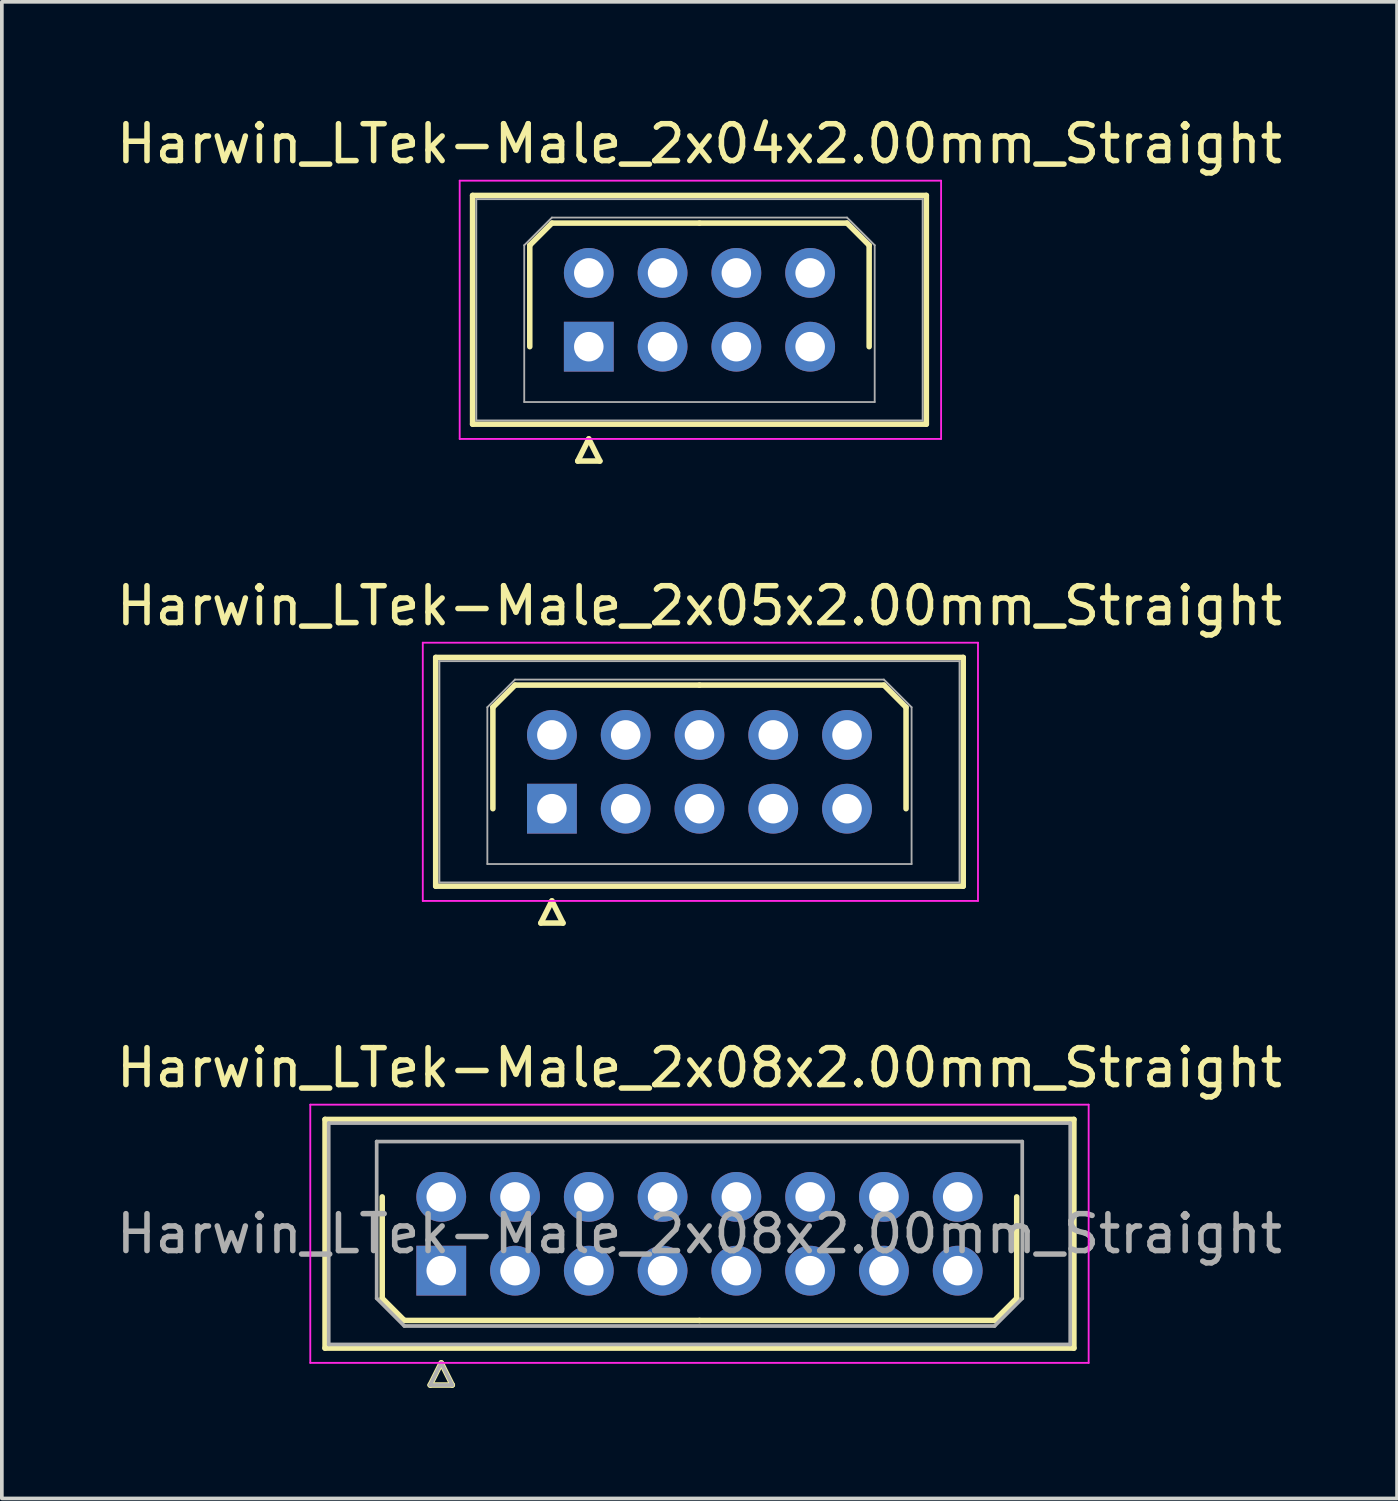
<source format=kicad_pcb>
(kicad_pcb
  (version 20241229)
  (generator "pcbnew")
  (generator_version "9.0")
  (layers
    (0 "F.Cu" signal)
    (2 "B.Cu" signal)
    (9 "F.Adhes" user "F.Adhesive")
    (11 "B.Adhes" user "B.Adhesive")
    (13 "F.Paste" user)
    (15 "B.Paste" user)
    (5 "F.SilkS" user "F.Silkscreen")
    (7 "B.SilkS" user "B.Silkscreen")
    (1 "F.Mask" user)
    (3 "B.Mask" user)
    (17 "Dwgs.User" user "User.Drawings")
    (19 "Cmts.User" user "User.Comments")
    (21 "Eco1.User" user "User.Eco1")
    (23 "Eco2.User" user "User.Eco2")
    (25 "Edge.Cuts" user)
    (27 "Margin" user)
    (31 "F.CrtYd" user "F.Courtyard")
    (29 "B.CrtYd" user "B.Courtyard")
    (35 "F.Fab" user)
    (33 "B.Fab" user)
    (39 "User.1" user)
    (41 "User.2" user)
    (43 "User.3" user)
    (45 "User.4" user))
  (footprint "Harwin_LTek-Male_2x04x2.00mm_Straight"
    (layer "F.Cu")
    (at 12.911 6.348)
    (property "Reference" "Harwin_LTek-Male_2x04x2.00mm_Straight" (at 3 -5.5 0) (layer "F.SilkS") (effects (font (size 1 1) (thickness 0.15))))
    (attr through_hole)
    (fp_line (start -3.15 -4.1) (end -3.15 2.1) (stroke (width 0.15) (type solid)) (layer "F.SilkS"))
    (fp_line (start -3.15 2.1) (end 9.15 2.1) (stroke (width 0.15) (type solid)) (layer "F.SilkS"))
    (fp_line (start -1.6 -2.75) (end -1 -3.35) (stroke (width 0.15) (type solid)) (layer "F.SilkS"))
    (fp_line (start -1.6 0) (end -1.6 -2.75) (stroke (width 0.15) (type solid)) (layer "F.SilkS"))
    (fp_line (start -1 -3.35) (end 3 -3.35) (stroke (width 0.15) (type solid)) (layer "F.SilkS"))
    (fp_line (start -0.3 3.1) (end 0.3 3.1) (stroke (width 0.15) (type solid)) (layer "F.SilkS"))
    (fp_line (start 0 2.5) (end -0.3 3.1) (stroke (width 0.15) (type solid)) (layer "F.SilkS"))
    (fp_line (start 0.3 3.1) (end 0 2.5) (stroke (width 0.15) (type solid)) (layer "F.SilkS"))
    (fp_line (start 7 -3.35) (end 3 -3.35) (stroke (width 0.15) (type solid)) (layer "F.SilkS"))
    (fp_line (start 7.6 -2.75) (end 7 -3.35) (stroke (width 0.15) (type solid)) (layer "F.SilkS"))
    (fp_line (start 7.6 0) (end 7.6 -2.75) (stroke (width 0.15) (type solid)) (layer "F.SilkS"))
    (fp_line (start 9.15 -4.1) (end -3.15 -4.1) (stroke (width 0.15) (type solid)) (layer "F.SilkS"))
    (fp_line (start 9.15 2.1) (end 9.15 -4.1) (stroke (width 0.15) (type solid)) (layer "F.SilkS"))
    (fp_line (start -3.5 -4.5) (end -3.5 2.5) (stroke (width 0.05) (type solid)) (layer "F.CrtYd"))
    (fp_line (start -3.5 2.5) (end 9.55 2.5) (stroke (width 0.05) (type solid)) (layer "F.CrtYd"))
    (fp_line (start 9.55 -4.5) (end -3.5 -4.5) (stroke (width 0.05) (type solid)) (layer "F.CrtYd"))
    (fp_line (start 9.55 2.5) (end 9.55 -4.5) (stroke (width 0.05) (type solid)) (layer "F.CrtYd"))
    (fp_line (start -3.05 -4) (end -3.05 2) (stroke (width 0.05) (type solid)) (layer "F.Fab"))
    (fp_line (start -3.05 2) (end 9.05 2) (stroke (width 0.05) (type solid)) (layer "F.Fab"))
    (fp_line (start -1.75 -2.75) (end -1 -3.5) (stroke (width 0.05) (type solid)) (layer "F.Fab"))
    (fp_line (start -1.75 1.5) (end -1.75 -2.75) (stroke (width 0.05) (type solid)) (layer "F.Fab"))
    (fp_line (start -1 -3.5) (end 7 -3.5) (stroke (width 0.05) (type solid)) (layer "F.Fab"))
    (fp_line (start 7 -3.5) (end 7.75 -2.75) (stroke (width 0.05) (type solid)) (layer "F.Fab"))
    (fp_line (start 7.75 -2.75) (end 7.75 1.5) (stroke (width 0.05) (type solid)) (layer "F.Fab"))
    (fp_line (start 7.75 1.5) (end -1.75 1.5) (stroke (width 0.05) (type solid)) (layer "F.Fab"))
    (fp_line (start 9.05 -4) (end -3.05 -4) (stroke (width 0.05) (type solid)) (layer "F.Fab"))
    (fp_line (start 9.05 2) (end 9.05 -4) (stroke (width 0.05) (type solid)) (layer "F.Fab"))
    (pad "1" thru_hole rect (at 0 0) (size 1.35 1.35) (drill 0.8) (layers "*.Cu" "*.Mask"))
    (pad "2" thru_hole circle (at 0 -2) (size 1.35 1.35) (drill 0.8) (layers "*.Cu" "*.Mask"))
    (pad "3" thru_hole circle (at 2 0) (size 1.35 1.35) (drill 0.8) (layers "*.Cu" "*.Mask"))
    (pad "4" thru_hole circle (at 2 -2) (size 1.35 1.35) (drill 0.8) (layers "*.Cu" "*.Mask"))
    (pad "5" thru_hole circle (at 4 0) (size 1.35 1.35) (drill 0.8) (layers "*.Cu" "*.Mask"))
    (pad "6" thru_hole circle (at 4 -2) (size 1.35 1.35) (drill 0.8) (layers "*.Cu" "*.Mask"))
    (pad "7" thru_hole circle (at 6 0) (size 1.35 1.35) (drill 0.8) (layers "*.Cu" "*.Mask"))
    (pad "8" thru_hole circle (at 6 -2) (size 1.35 1.35) (drill 0.8) (layers "*.Cu" "*.Mask")))
  (footprint "Harwin_LTek-Male_2x05x2.00mm_Straight"
    (layer "F.Cu")
    (at 11.911 18.872)
    (property "Reference" "Harwin_LTek-Male_2x05x2.00mm_Straight" (at 4 -5.5 0) (layer "F.SilkS") (effects (font (size 1 1) (thickness 0.15))))
    (attr through_hole)
    (fp_line (start -3.15 -4.1) (end -3.15 2.1) (stroke (width 0.15) (type solid)) (layer "F.SilkS"))
    (fp_line (start -3.15 2.1) (end 11.15 2.1) (stroke (width 0.15) (type solid)) (layer "F.SilkS"))
    (fp_line (start -1.6 -2.75) (end -1 -3.35) (stroke (width 0.15) (type solid)) (layer "F.SilkS"))
    (fp_line (start -1.6 0) (end -1.6 -2.75) (stroke (width 0.15) (type solid)) (layer "F.SilkS"))
    (fp_line (start -1 -3.35) (end 4 -3.35) (stroke (width 0.15) (type solid)) (layer "F.SilkS"))
    (fp_line (start -0.3 3.1) (end 0.3 3.1) (stroke (width 0.15) (type solid)) (layer "F.SilkS"))
    (fp_line (start 0 2.5) (end -0.3 3.1) (stroke (width 0.15) (type solid)) (layer "F.SilkS"))
    (fp_line (start 0.3 3.1) (end 0 2.5) (stroke (width 0.15) (type solid)) (layer "F.SilkS"))
    (fp_line (start 9 -3.35) (end 4 -3.35) (stroke (width 0.15) (type solid)) (layer "F.SilkS"))
    (fp_line (start 9.6 -2.75) (end 9 -3.35) (stroke (width 0.15) (type solid)) (layer "F.SilkS"))
    (fp_line (start 9.6 0) (end 9.6 -2.75) (stroke (width 0.15) (type solid)) (layer "F.SilkS"))
    (fp_line (start 11.15 -4.1) (end -3.15 -4.1) (stroke (width 0.15) (type solid)) (layer "F.SilkS"))
    (fp_line (start 11.15 2.1) (end 11.15 -4.1) (stroke (width 0.15) (type solid)) (layer "F.SilkS"))
    (fp_line (start -3.5 -4.5) (end -3.5 2.5) (stroke (width 0.05) (type solid)) (layer "F.CrtYd"))
    (fp_line (start -3.5 2.5) (end 11.55 2.5) (stroke (width 0.05) (type solid)) (layer "F.CrtYd"))
    (fp_line (start 11.55 -4.5) (end -3.5 -4.5) (stroke (width 0.05) (type solid)) (layer "F.CrtYd"))
    (fp_line (start 11.55 2.5) (end 11.55 -4.5) (stroke (width 0.05) (type solid)) (layer "F.CrtYd"))
    (fp_line (start -3.05 -4) (end -3.05 2) (stroke (width 0.05) (type solid)) (layer "F.Fab"))
    (fp_line (start -3.05 2) (end 11.05 2) (stroke (width 0.05) (type solid)) (layer "F.Fab"))
    (fp_line (start -1.75 -2.75) (end -1 -3.5) (stroke (width 0.05) (type solid)) (layer "F.Fab"))
    (fp_line (start -1.75 1.5) (end -1.75 -2.75) (stroke (width 0.05) (type solid)) (layer "F.Fab"))
    (fp_line (start -1 -3.5) (end 9 -3.5) (stroke (width 0.05) (type solid)) (layer "F.Fab"))
    (fp_line (start 9 -3.5) (end 9.75 -2.75) (stroke (width 0.05) (type solid)) (layer "F.Fab"))
    (fp_line (start 9.75 -2.75) (end 9.75 1.5) (stroke (width 0.05) (type solid)) (layer "F.Fab"))
    (fp_line (start 9.75 1.5) (end -1.75 1.5) (stroke (width 0.05) (type solid)) (layer "F.Fab"))
    (fp_line (start 11.05 -4) (end -3.05 -4) (stroke (width 0.05) (type solid)) (layer "F.Fab"))
    (fp_line (start 11.05 2) (end 11.05 -4) (stroke (width 0.05) (type solid)) (layer "F.Fab"))
    (pad "1" thru_hole rect (at 0 0) (size 1.35 1.35) (drill 0.8) (layers "*.Cu" "*.Mask"))
    (pad "2" thru_hole circle (at 0 -2) (size 1.35 1.35) (drill 0.8) (layers "*.Cu" "*.Mask"))
    (pad "3" thru_hole circle (at 2 0) (size 1.35 1.35) (drill 0.8) (layers "*.Cu" "*.Mask"))
    (pad "4" thru_hole circle (at 2 -2) (size 1.35 1.35) (drill 0.8) (layers "*.Cu" "*.Mask"))
    (pad "5" thru_hole circle (at 4 0) (size 1.35 1.35) (drill 0.8) (layers "*.Cu" "*.Mask"))
    (pad "6" thru_hole circle (at 4 -2) (size 1.35 1.35) (drill 0.8) (layers "*.Cu" "*.Mask"))
    (pad "7" thru_hole circle (at 6 0) (size 1.35 1.35) (drill 0.8) (layers "*.Cu" "*.Mask"))
    (pad "8" thru_hole circle (at 6 -2) (size 1.35 1.35) (drill 0.8) (layers "*.Cu" "*.Mask"))
    (pad "9" thru_hole circle (at 8 0) (size 1.35 1.35) (drill 0.8) (layers "*.Cu" "*.Mask"))
    (pad "10" thru_hole circle (at 8 -2) (size 1.35 1.35) (drill 0.8) (layers "*.Cu" "*.Mask")))
  (footprint "Harwin_LTek-Male_2x08x2.00mm_Straight"
    (layer "F.Cu")
    (at 8.911 31.395)
    (property "Reference" "Harwin_LTek-Male_2x08x2.00mm_Straight" (at 7 -5.5 0) (layer "F.SilkS") (effects (font (size 1 1) (thickness 0.15))))
    (attr through_hole)
    (fp_line (start -3.15 -4.1) (end -3.15 2.1) (stroke (width 0.15) (type solid)) (layer "F.SilkS"))
    (fp_line (start -3.15 2.1) (end 17.15 2.1) (stroke (width 0.15) (type solid)) (layer "F.SilkS"))
    (fp_line (start -1.6 -2) (end -1.6 0.75) (stroke (width 0.15) (type solid)) (layer "F.SilkS"))
    (fp_line (start -1.6 0.75) (end -1 1.35) (stroke (width 0.15) (type solid)) (layer "F.SilkS"))
    (fp_line (start -1 1.35) (end 7 1.35) (stroke (width 0.15) (type solid)) (layer "F.SilkS"))
    (fp_line (start -0.3 3.1) (end 0.3 3.1) (stroke (width 0.15) (type solid)) (layer "F.SilkS"))
    (fp_line (start 0 2.5) (end -0.3 3.1) (stroke (width 0.15) (type solid)) (layer "F.SilkS"))
    (fp_line (start 0.3 3.1) (end 0 2.5) (stroke (width 0.15) (type solid)) (layer "F.SilkS"))
    (fp_line (start 15 1.35) (end 7 1.35) (stroke (width 0.15) (type solid)) (layer "F.SilkS"))
    (fp_line (start 15.6 -2) (end 15.6 0.75) (stroke (width 0.15) (type solid)) (layer "F.SilkS"))
    (fp_line (start 15.6 0.75) (end 15 1.35) (stroke (width 0.15) (type solid)) (layer "F.SilkS"))
    (fp_line (start 17.15 -4.1) (end -3.15 -4.1) (stroke (width 0.15) (type solid)) (layer "F.SilkS"))
    (fp_line (start 17.15 2.1) (end 17.15 -4.1) (stroke (width 0.15) (type solid)) (layer "F.SilkS"))
    (fp_line (start -3.55 -4.5) (end -3.55 2.5) (stroke (width 0.05) (type solid)) (layer "F.CrtYd"))
    (fp_line (start -3.55 2.5) (end 17.55 2.5) (stroke (width 0.05) (type solid)) (layer "F.CrtYd"))
    (fp_line (start 17.55 -4.5) (end -3.55 -4.5) (stroke (width 0.05) (type solid)) (layer "F.CrtYd"))
    (fp_line (start 17.55 2.5) (end 17.55 -4.5) (stroke (width 0.05) (type solid)) (layer "F.CrtYd"))
    (fp_line (start -3.05 -4) (end -3.05 2) (stroke (width 0.1) (type solid)) (layer "F.Fab"))
    (fp_line (start -3.05 2) (end 17.05 2) (stroke (width 0.1) (type solid)) (layer "F.Fab"))
    (fp_line (start -1.75 -3.5) (end 15.75 -3.5) (stroke (width 0.1) (type solid)) (layer "F.Fab"))
    (fp_line (start -1.75 0.75) (end -1.75 -3.5) (stroke (width 0.1) (type solid)) (layer "F.Fab"))
    (fp_line (start -1 1.5) (end -1.75 0.75) (stroke (width 0.1) (type solid)) (layer "F.Fab"))
    (fp_line (start -0.3 3.1) (end 0.3 3.1) (stroke (width 0.1) (type solid)) (layer "F.Fab"))
    (fp_line (start 0 2.5) (end -0.3 3.1) (stroke (width 0.1) (type solid)) (layer "F.Fab"))
    (fp_line (start 0.3 3.1) (end 0 2.5) (stroke (width 0.1) (type solid)) (layer "F.Fab"))
    (fp_line (start 15 1.5) (end -1 1.5) (stroke (width 0.1) (type solid)) (layer "F.Fab"))
    (fp_line (start 15.75 -3.5) (end 15.75 0.75) (stroke (width 0.1) (type solid)) (layer "F.Fab"))
    (fp_line (start 15.75 0.75) (end 15 1.5) (stroke (width 0.1) (type solid)) (layer "F.Fab"))
    (fp_line (start 17.05 -4) (end -3.05 -4) (stroke (width 0.1) (type solid)) (layer "F.Fab"))
    (fp_line (start 17.05 2) (end 17.05 -4) (stroke (width 0.1) (type solid)) (layer "F.Fab"))
    (fp_text user "${REFERENCE}" (at 7 -1 0) (layer "F.Fab") (effects (font (size 1 1) (thickness 0.15))))
    (pad "1" thru_hole rect (at 0 0) (size 1.35 1.35) (drill 0.8) (layers "*.Cu" "*.Mask"))
    (pad "2" thru_hole circle (at 2 0) (size 1.35 1.35) (drill 0.8) (layers "*.Cu" "*.Mask"))
    (pad "3" thru_hole circle (at 4 0) (size 1.35 1.35) (drill 0.8) (layers "*.Cu" "*.Mask"))
    (pad "4" thru_hole circle (at 6 0) (size 1.35 1.35) (drill 0.8) (layers "*.Cu" "*.Mask"))
    (pad "5" thru_hole circle (at 8 0) (size 1.35 1.35) (drill 0.8) (layers "*.Cu" "*.Mask"))
    (pad "6" thru_hole circle (at 10 0) (size 1.35 1.35) (drill 0.8) (layers "*.Cu" "*.Mask"))
    (pad "7" thru_hole circle (at 12 0) (size 1.35 1.35) (drill 0.8) (layers "*.Cu" "*.Mask"))
    (pad "8" thru_hole circle (at 14 0) (size 1.35 1.35) (drill 0.8) (layers "*.Cu" "*.Mask"))
    (pad "9" thru_hole circle (at 0 -2) (size 1.35 1.35) (drill 0.8) (layers "*.Cu" "*.Mask"))
    (pad "10" thru_hole circle (at 2 -2) (size 1.35 1.35) (drill 0.8) (layers "*.Cu" "*.Mask"))
    (pad "11" thru_hole circle (at 4 -2) (size 1.35 1.35) (drill 0.8) (layers "*.Cu" "*.Mask"))
    (pad "12" thru_hole circle (at 6 -2) (size 1.35 1.35) (drill 0.8) (layers "*.Cu" "*.Mask"))
    (pad "13" thru_hole circle (at 8 -2) (size 1.35 1.35) (drill 0.8) (layers "*.Cu" "*.Mask"))
    (pad "14" thru_hole circle (at 10 -2) (size 1.35 1.35) (drill 0.8) (layers "*.Cu" "*.Mask"))
    (pad "15" thru_hole circle (at 12 -2) (size 1.35 1.35) (drill 0.8) (layers "*.Cu" "*.Mask"))
    (pad "16" thru_hole circle (at 14 -2) (size 1.35 1.35) (drill 0.8) (layers "*.Cu" "*.Mask")))
  (gr_rect
    (start -3 -3)
    (end 34.821 37.57)
    (stroke (width 0.1) (type default))
    (fill no)
    (layer "Edge.Cuts")))
</source>
